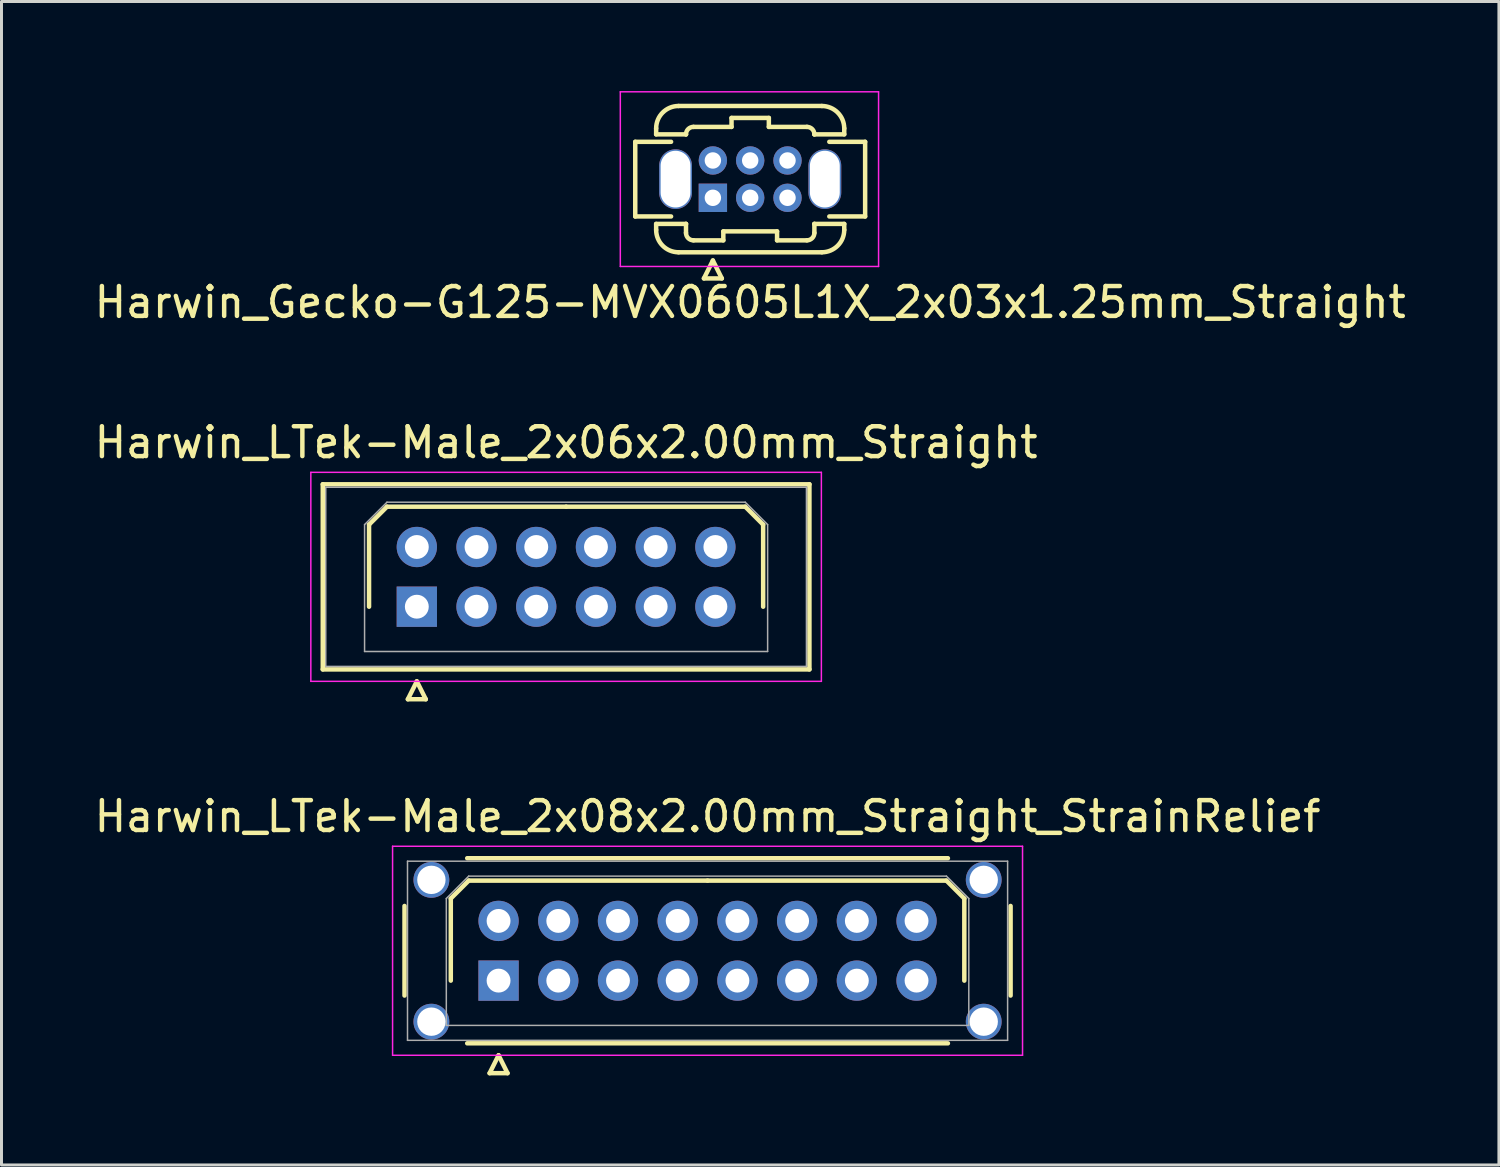
<source format=kicad_pcb>
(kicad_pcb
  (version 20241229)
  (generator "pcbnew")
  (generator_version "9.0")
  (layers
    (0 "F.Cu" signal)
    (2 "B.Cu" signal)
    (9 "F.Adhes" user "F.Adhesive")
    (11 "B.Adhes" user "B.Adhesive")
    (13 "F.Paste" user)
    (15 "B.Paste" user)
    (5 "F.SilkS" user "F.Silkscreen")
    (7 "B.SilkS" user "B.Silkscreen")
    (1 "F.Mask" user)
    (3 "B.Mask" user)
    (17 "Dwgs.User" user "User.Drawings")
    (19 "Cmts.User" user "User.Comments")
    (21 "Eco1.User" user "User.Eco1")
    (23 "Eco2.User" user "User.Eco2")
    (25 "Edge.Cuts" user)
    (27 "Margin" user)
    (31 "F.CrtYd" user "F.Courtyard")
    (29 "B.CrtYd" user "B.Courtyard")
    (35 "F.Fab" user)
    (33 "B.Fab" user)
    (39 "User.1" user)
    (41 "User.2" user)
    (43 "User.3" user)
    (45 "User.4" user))
  (footprint "Harwin_Gecko-G125-MVX0605L1X_2x03x1.25mm_Straight"
    (layer "F.Cu")
    (at 20.827 3.575)
    (property "Reference" "Harwin_Gecko-G125-MVX0605L1X_2x03x1.25mm_Straight" (at 1.25 3.5 0) (layer "F.SilkS") (effects (font (size 1 1) (thickness 0.15))))
    (attr through_hole)
    (fp_line (start -2.6 -1.875) (end -2.6 0.625) (stroke (width 0.15) (type solid)) (layer "F.SilkS"))
    (fp_line (start -2.6 0.625) (end -1.4 0.625) (stroke (width 0.15) (type solid)) (layer "F.SilkS"))
    (fp_line (start -1.9 -2.325) (end -1.9 -2.125) (stroke (width 0.15) (type solid)) (layer "F.SilkS"))
    (fp_line (start -1.9 -2.125) (end -0.9 -2.125) (stroke (width 0.15) (type solid)) (layer "F.SilkS"))
    (fp_line (start -1.9 0.875) (end -0.9 0.875) (stroke (width 0.15) (type solid)) (layer "F.SilkS"))
    (fp_line (start -1.9 1.075) (end -1.9 0.875) (stroke (width 0.15) (type solid)) (layer "F.SilkS"))
    (fp_line (start -1.4 -1.875) (end -2.6 -1.875) (stroke (width 0.15) (type solid)) (layer "F.SilkS"))
    (fp_line (start -1.15 -3.075) (end 3.65 -3.075) (stroke (width 0.15) (type solid)) (layer "F.SilkS"))
    (fp_line (start -1.15 1.825) (end 3.65 1.825) (stroke (width 0.15) (type solid)) (layer "F.SilkS"))
    (fp_line (start -0.9 -2.125) (end -0.9 -2.125) (stroke (width 0.15) (type solid)) (layer "F.SilkS"))
    (fp_line (start -0.9 0.875) (end -0.9 0.875) (stroke (width 0.15) (type solid)) (layer "F.SilkS"))
    (fp_line (start -0.9 1.175) (end -0.9 0.875) (stroke (width 0.15) (type solid)) (layer "F.SilkS"))
    (fp_line (start -0.65 -2.375) (end 0.625 -2.375) (stroke (width 0.15) (type solid)) (layer "F.SilkS"))
    (fp_line (start -0.65 1.425) (end 0.35 1.425) (stroke (width 0.15) (type solid)) (layer "F.SilkS"))
    (fp_line (start -0.3 2.7) (end 0.3 2.7) (stroke (width 0.15) (type solid)) (layer "F.SilkS"))
    (fp_line (start 0 2.1) (end -0.3 2.7) (stroke (width 0.15) (type solid)) (layer "F.SilkS"))
    (fp_line (start 0.3 2.7) (end 0 2.1) (stroke (width 0.15) (type solid)) (layer "F.SilkS"))
    (fp_line (start 0.35 1.125) (end 2.15 1.125) (stroke (width 0.15) (type solid)) (layer "F.SilkS"))
    (fp_line (start 0.35 1.425) (end 0.35 1.125) (stroke (width 0.15) (type solid)) (layer "F.SilkS"))
    (fp_line (start 0.625 -2.675) (end 1.875 -2.675) (stroke (width 0.15) (type solid)) (layer "F.SilkS"))
    (fp_line (start 0.625 -2.375) (end 0.625 -2.675) (stroke (width 0.15) (type solid)) (layer "F.SilkS"))
    (fp_line (start 1.875 -2.675) (end 1.875 -2.375) (stroke (width 0.15) (type solid)) (layer "F.SilkS"))
    (fp_line (start 1.875 -2.375) (end 3.15 -2.375) (stroke (width 0.15) (type solid)) (layer "F.SilkS"))
    (fp_line (start 2.15 1.125) (end 2.15 1.425) (stroke (width 0.15) (type solid)) (layer "F.SilkS"))
    (fp_line (start 2.15 1.425) (end 3.15 1.425) (stroke (width 0.15) (type solid)) (layer "F.SilkS"))
    (fp_line (start 3.4 -2.125) (end 3.4 -2.125) (stroke (width 0.15) (type solid)) (layer "F.SilkS"))
    (fp_line (start 3.4 0.875) (end 3.4 0.875) (stroke (width 0.15) (type solid)) (layer "F.SilkS"))
    (fp_line (start 3.4 1.175) (end 3.4 0.875) (stroke (width 0.15) (type solid)) (layer "F.SilkS"))
    (fp_line (start 3.9 -1.875) (end 5.1 -1.875) (stroke (width 0.15) (type solid)) (layer "F.SilkS"))
    (fp_line (start 4.4 -2.325) (end 4.4 -2.125) (stroke (width 0.15) (type solid)) (layer "F.SilkS"))
    (fp_line (start 4.4 -2.125) (end 3.4 -2.125) (stroke (width 0.15) (type solid)) (layer "F.SilkS"))
    (fp_line (start 4.4 0.875) (end 3.4 0.875) (stroke (width 0.15) (type solid)) (layer "F.SilkS"))
    (fp_line (start 4.4 1.075) (end 4.4 0.875) (stroke (width 0.15) (type solid)) (layer "F.SilkS"))
    (fp_line (start 5.1 -1.875) (end 5.1 0.625) (stroke (width 0.15) (type solid)) (layer "F.SilkS"))
    (fp_line (start 5.1 0.625) (end 3.9 0.625) (stroke (width 0.15) (type solid)) (layer "F.SilkS"))
    (fp_arc (start -1.9 -2.325) (mid -1.68033 -2.85533) (end -1.15 -3.075) (stroke (width 0.15) (type solid)) (layer "F.SilkS"))
    (fp_arc (start -1.15 1.825) (mid -1.68033 1.60533) (end -1.9 1.075) (stroke (width 0.15) (type solid)) (layer "F.SilkS"))
    (fp_arc (start -0.9 -2.125) (mid -0.826777 -2.301777) (end -0.65 -2.375) (stroke (width 0.15) (type solid)) (layer "F.SilkS"))
    (fp_arc (start -0.65 1.425) (mid -0.826777 1.351777) (end -0.9 1.175) (stroke (width 0.15) (type solid)) (layer "F.SilkS"))
    (fp_arc (start 3.15 -2.375) (mid 3.326777 -2.301777) (end 3.4 -2.125) (stroke (width 0.15) (type solid)) (layer "F.SilkS"))
    (fp_arc (start 3.4 1.175) (mid 3.326777 1.351777) (end 3.15 1.425) (stroke (width 0.15) (type solid)) (layer "F.SilkS"))
    (fp_arc (start 3.65 -3.075) (mid 4.18033 -2.85533) (end 4.4 -2.325) (stroke (width 0.15) (type solid)) (layer "F.SilkS"))
    (fp_arc (start 4.4 1.075) (mid 4.18033 1.60533) (end 3.65 1.825) (stroke (width 0.15) (type solid)) (layer "F.SilkS"))
    (fp_line (start -3.1 -3.55) (end -3.1 2.3) (stroke (width 0.05) (type solid)) (layer "F.CrtYd"))
    (fp_line (start -3.1 2.3) (end 5.55 2.3) (stroke (width 0.05) (type solid)) (layer "F.CrtYd"))
    (fp_line (start 5.55 -3.55) (end -3.1 -3.55) (stroke (width 0.05) (type solid)) (layer "F.CrtYd"))
    (fp_line (start 5.55 2.3) (end 5.55 -3.55) (stroke (width 0.05) (type solid)) (layer "F.CrtYd"))
    (pad "" np_thru_hole oval (at -1.25 -0.625) (size 1.1 2) (drill oval 1 1.9) (layers "*.Cu" "*.Mask"))
    (pad "" np_thru_hole oval (at 3.75 -0.625) (size 1.1 2) (drill oval 1 1.9) (layers "*.Cu" "*.Mask"))
    (pad "1" thru_hole rect (at 0 0) (size 0.95 0.95) (drill 0.55) (layers "*.Cu" "*.Mask"))
    (pad "2" thru_hole circle (at 0 -1.25) (size 0.95 0.95) (drill 0.55) (layers "*.Cu" "*.Mask"))
    (pad "3" thru_hole circle (at 1.25 0) (size 0.95 0.95) (drill 0.55) (layers "*.Cu" "*.Mask"))
    (pad "4" thru_hole circle (at 1.25 -1.25) (size 0.95 0.95) (drill 0.55) (layers "*.Cu" "*.Mask"))
    (pad "5" thru_hole circle (at 2.5 0) (size 0.95 0.95) (drill 0.55) (layers "*.Cu" "*.Mask"))
    (pad "6" thru_hole circle (at 2.5 -1.25) (size 0.95 0.95) (drill 0.55) (layers "*.Cu" "*.Mask")))
  (footprint "Harwin_LTek-Male_2x06x2.00mm_Straight"
    (layer "F.Cu")
    (at 10.911 17.271)
    (property "Reference" "Harwin_LTek-Male_2x06x2.00mm_Straight" (at 5 -5.5 0) (layer "F.SilkS") (effects (font (size 1 1) (thickness 0.15))))
    (attr through_hole)
    (fp_line (start -3.15 -4.1) (end -3.15 2.1) (stroke (width 0.15) (type solid)) (layer "F.SilkS"))
    (fp_line (start -3.15 2.1) (end 13.15 2.1) (stroke (width 0.15) (type solid)) (layer "F.SilkS"))
    (fp_line (start -1.6 -2.75) (end -1 -3.35) (stroke (width 0.15) (type solid)) (layer "F.SilkS"))
    (fp_line (start -1.6 0) (end -1.6 -2.75) (stroke (width 0.15) (type solid)) (layer "F.SilkS"))
    (fp_line (start -1 -3.35) (end 5 -3.35) (stroke (width 0.15) (type solid)) (layer "F.SilkS"))
    (fp_line (start -0.3 3.1) (end 0.3 3.1) (stroke (width 0.15) (type solid)) (layer "F.SilkS"))
    (fp_line (start 0 2.5) (end -0.3 3.1) (stroke (width 0.15) (type solid)) (layer "F.SilkS"))
    (fp_line (start 0.3 3.1) (end 0 2.5) (stroke (width 0.15) (type solid)) (layer "F.SilkS"))
    (fp_line (start 11 -3.35) (end 5 -3.35) (stroke (width 0.15) (type solid)) (layer "F.SilkS"))
    (fp_line (start 11.6 -2.75) (end 11 -3.35) (stroke (width 0.15) (type solid)) (layer "F.SilkS"))
    (fp_line (start 11.6 0) (end 11.6 -2.75) (stroke (width 0.15) (type solid)) (layer "F.SilkS"))
    (fp_line (start 13.15 -4.1) (end -3.15 -4.1) (stroke (width 0.15) (type solid)) (layer "F.SilkS"))
    (fp_line (start 13.15 2.1) (end 13.15 -4.1) (stroke (width 0.15) (type solid)) (layer "F.SilkS"))
    (fp_line (start -3.55 -4.5) (end -3.55 2.5) (stroke (width 0.05) (type solid)) (layer "F.CrtYd"))
    (fp_line (start -3.55 2.5) (end 13.55 2.5) (stroke (width 0.05) (type solid)) (layer "F.CrtYd"))
    (fp_line (start 13.55 -4.5) (end -3.55 -4.5) (stroke (width 0.05) (type solid)) (layer "F.CrtYd"))
    (fp_line (start 13.55 2.5) (end 13.55 -4.5) (stroke (width 0.05) (type solid)) (layer "F.CrtYd"))
    (fp_line (start -3.05 -4) (end -3.05 2) (stroke (width 0.05) (type solid)) (layer "F.Fab"))
    (fp_line (start -3.05 2) (end 13.05 2) (stroke (width 0.05) (type solid)) (layer "F.Fab"))
    (fp_line (start -1.75 -2.75) (end -1 -3.5) (stroke (width 0.05) (type solid)) (layer "F.Fab"))
    (fp_line (start -1.75 1.5) (end -1.75 -2.75) (stroke (width 0.05) (type solid)) (layer "F.Fab"))
    (fp_line (start -1 -3.5) (end 11 -3.5) (stroke (width 0.05) (type solid)) (layer "F.Fab"))
    (fp_line (start 11 -3.5) (end 11.75 -2.75) (stroke (width 0.05) (type solid)) (layer "F.Fab"))
    (fp_line (start 11.75 -2.75) (end 11.75 1.5) (stroke (width 0.05) (type solid)) (layer "F.Fab"))
    (fp_line (start 11.75 1.5) (end -1.75 1.5) (stroke (width 0.05) (type solid)) (layer "F.Fab"))
    (fp_line (start 13.05 -4) (end -3.05 -4) (stroke (width 0.05) (type solid)) (layer "F.Fab"))
    (fp_line (start 13.05 2) (end 13.05 -4) (stroke (width 0.05) (type solid)) (layer "F.Fab"))
    (pad "1" thru_hole rect (at 0 0) (size 1.35 1.35) (drill 0.8) (layers "*.Cu" "*.Mask"))
    (pad "2" thru_hole circle (at 0 -2) (size 1.35 1.35) (drill 0.8) (layers "*.Cu" "*.Mask"))
    (pad "3" thru_hole circle (at 2 0) (size 1.35 1.35) (drill 0.8) (layers "*.Cu" "*.Mask"))
    (pad "4" thru_hole circle (at 2 -2) (size 1.35 1.35) (drill 0.8) (layers "*.Cu" "*.Mask"))
    (pad "5" thru_hole circle (at 4 0) (size 1.35 1.35) (drill 0.8) (layers "*.Cu" "*.Mask"))
    (pad "6" thru_hole circle (at 4 -2) (size 1.35 1.35) (drill 0.8) (layers "*.Cu" "*.Mask"))
    (pad "7" thru_hole circle (at 6 0) (size 1.35 1.35) (drill 0.8) (layers "*.Cu" "*.Mask"))
    (pad "8" thru_hole circle (at 6 -2) (size 1.35 1.35) (drill 0.8) (layers "*.Cu" "*.Mask"))
    (pad "9" thru_hole circle (at 8 0) (size 1.35 1.35) (drill 0.8) (layers "*.Cu" "*.Mask"))
    (pad "10" thru_hole circle (at 8 -2) (size 1.35 1.35) (drill 0.8) (layers "*.Cu" "*.Mask"))
    (pad "11" thru_hole circle (at 10 0) (size 1.35 1.35) (drill 0.8) (layers "*.Cu" "*.Mask"))
    (pad "12" thru_hole circle (at 10 -2) (size 1.35 1.35) (drill 0.8) (layers "*.Cu" "*.Mask")))
  (footprint "Harwin_LTek-Male_2x08x2.00mm_Straight_StrainRelief"
    (layer "F.Cu")
    (at 13.649 29.795)
    (property "Reference" "Harwin_LTek-Male_2x08x2.00mm_Straight_StrainRelief" (at 7 -5.5 0) (layer "F.SilkS") (effects (font (size 1 1) (thickness 0.15))))
    (attr through_hole)
    (fp_line (start -3.15 -2.5) (end -3.15 0.5) (stroke (width 0.15) (type solid)) (layer "F.SilkS"))
    (fp_line (start -1.6 -2.75) (end -1 -3.35) (stroke (width 0.15) (type solid)) (layer "F.SilkS"))
    (fp_line (start -1.6 0) (end -1.6 -2.75) (stroke (width 0.15) (type solid)) (layer "F.SilkS"))
    (fp_line (start -1.05 -4.1) (end 15.05 -4.1) (stroke (width 0.15) (type solid)) (layer "F.SilkS"))
    (fp_line (start -1.05 2.1) (end 15.05 2.1) (stroke (width 0.15) (type solid)) (layer "F.SilkS"))
    (fp_line (start -1 -3.35) (end 7 -3.35) (stroke (width 0.15) (type solid)) (layer "F.SilkS"))
    (fp_line (start -0.3 3.1) (end 0.3 3.1) (stroke (width 0.15) (type solid)) (layer "F.SilkS"))
    (fp_line (start 0 2.5) (end -0.3 3.1) (stroke (width 0.15) (type solid)) (layer "F.SilkS"))
    (fp_line (start 0.3 3.1) (end 0 2.5) (stroke (width 0.15) (type solid)) (layer "F.SilkS"))
    (fp_line (start 15 -3.35) (end 7 -3.35) (stroke (width 0.15) (type solid)) (layer "F.SilkS"))
    (fp_line (start 15.6 -2.75) (end 15 -3.35) (stroke (width 0.15) (type solid)) (layer "F.SilkS"))
    (fp_line (start 15.6 0) (end 15.6 -2.75) (stroke (width 0.15) (type solid)) (layer "F.SilkS"))
    (fp_line (start 17.15 -2.5) (end 17.15 0.5) (stroke (width 0.15) (type solid)) (layer "F.SilkS"))
    (fp_line (start -3.55 -4.5) (end -3.55 2.5) (stroke (width 0.05) (type solid)) (layer "F.CrtYd"))
    (fp_line (start -3.55 2.5) (end 17.55 2.5) (stroke (width 0.05) (type solid)) (layer "F.CrtYd"))
    (fp_line (start 17.55 -4.5) (end -3.55 -4.5) (stroke (width 0.05) (type solid)) (layer "F.CrtYd"))
    (fp_line (start 17.55 2.5) (end 17.55 -4.5) (stroke (width 0.05) (type solid)) (layer "F.CrtYd"))
    (fp_line (start -3.05 -4) (end -3.05 2) (stroke (width 0.05) (type solid)) (layer "F.Fab"))
    (fp_line (start -3.05 2) (end 17.05 2) (stroke (width 0.05) (type solid)) (layer "F.Fab"))
    (fp_line (start -1.75 -2.75) (end -1 -3.5) (stroke (width 0.05) (type solid)) (layer "F.Fab"))
    (fp_line (start -1.75 1.5) (end -1.75 -2.75) (stroke (width 0.05) (type solid)) (layer "F.Fab"))
    (fp_line (start -1 -3.5) (end 15 -3.5) (stroke (width 0.05) (type solid)) (layer "F.Fab"))
    (fp_line (start 15 -3.5) (end 15.75 -2.75) (stroke (width 0.05) (type solid)) (layer "F.Fab"))
    (fp_line (start 15.75 -2.75) (end 15.75 1.5) (stroke (width 0.05) (type solid)) (layer "F.Fab"))
    (fp_line (start 15.75 1.5) (end -1.75 1.5) (stroke (width 0.05) (type solid)) (layer "F.Fab"))
    (fp_line (start 17.05 -4) (end -3.05 -4) (stroke (width 0.05) (type solid)) (layer "F.Fab"))
    (fp_line (start 17.05 2) (end 17.05 -4) (stroke (width 0.05) (type solid)) (layer "F.Fab"))
    (pad "" thru_hole circle (at -2.25 -3.375) (size 1.2 1.2) (drill 0.95) (layers "*.Cu" "*.Mask"))
    (pad "" thru_hole circle (at -2.25 1.375) (size 1.2 1.2) (drill 0.95) (layers "*.Cu" "*.Mask"))
    (pad "" thru_hole circle (at 16.25 -3.375) (size 1.2 1.2) (drill 0.95) (layers "*.Cu" "*.Mask"))
    (pad "" thru_hole circle (at 16.25 1.375) (size 1.2 1.2) (drill 0.95) (layers "*.Cu" "*.Mask"))
    (pad "1" thru_hole rect (at 0 0) (size 1.35 1.35) (drill 0.8) (layers "*.Cu" "*.Mask"))
    (pad "2" thru_hole circle (at 0 -2) (size 1.35 1.35) (drill 0.8) (layers "*.Cu" "*.Mask"))
    (pad "3" thru_hole circle (at 2 0) (size 1.35 1.35) (drill 0.8) (layers "*.Cu" "*.Mask"))
    (pad "4" thru_hole circle (at 2 -2) (size 1.35 1.35) (drill 0.8) (layers "*.Cu" "*.Mask"))
    (pad "5" thru_hole circle (at 4 0) (size 1.35 1.35) (drill 0.8) (layers "*.Cu" "*.Mask"))
    (pad "6" thru_hole circle (at 4 -2) (size 1.35 1.35) (drill 0.8) (layers "*.Cu" "*.Mask"))
    (pad "7" thru_hole circle (at 6 0) (size 1.35 1.35) (drill 0.8) (layers "*.Cu" "*.Mask"))
    (pad "8" thru_hole circle (at 6 -2) (size 1.35 1.35) (drill 0.8) (layers "*.Cu" "*.Mask"))
    (pad "9" thru_hole circle (at 8 0) (size 1.35 1.35) (drill 0.8) (layers "*.Cu" "*.Mask"))
    (pad "10" thru_hole circle (at 8 -2) (size 1.35 1.35) (drill 0.8) (layers "*.Cu" "*.Mask"))
    (pad "11" thru_hole circle (at 10 0) (size 1.35 1.35) (drill 0.8) (layers "*.Cu" "*.Mask"))
    (pad "12" thru_hole circle (at 10 -2) (size 1.35 1.35) (drill 0.8) (layers "*.Cu" "*.Mask"))
    (pad "13" thru_hole circle (at 12 0) (size 1.35 1.35) (drill 0.8) (layers "*.Cu" "*.Mask"))
    (pad "14" thru_hole circle (at 12 -2) (size 1.35 1.35) (drill 0.8) (layers "*.Cu" "*.Mask"))
    (pad "15" thru_hole circle (at 14 0) (size 1.35 1.35) (drill 0.8) (layers "*.Cu" "*.Mask"))
    (pad "16" thru_hole circle (at 14 -2) (size 1.35 1.35) (drill 0.8) (layers "*.Cu" "*.Mask")))
  (gr_rect
    (start -3 -3)
    (end 47.155 35.97)
    (stroke (width 0.1) (type default))
    (fill no)
    (layer "Edge.Cuts")))
</source>
